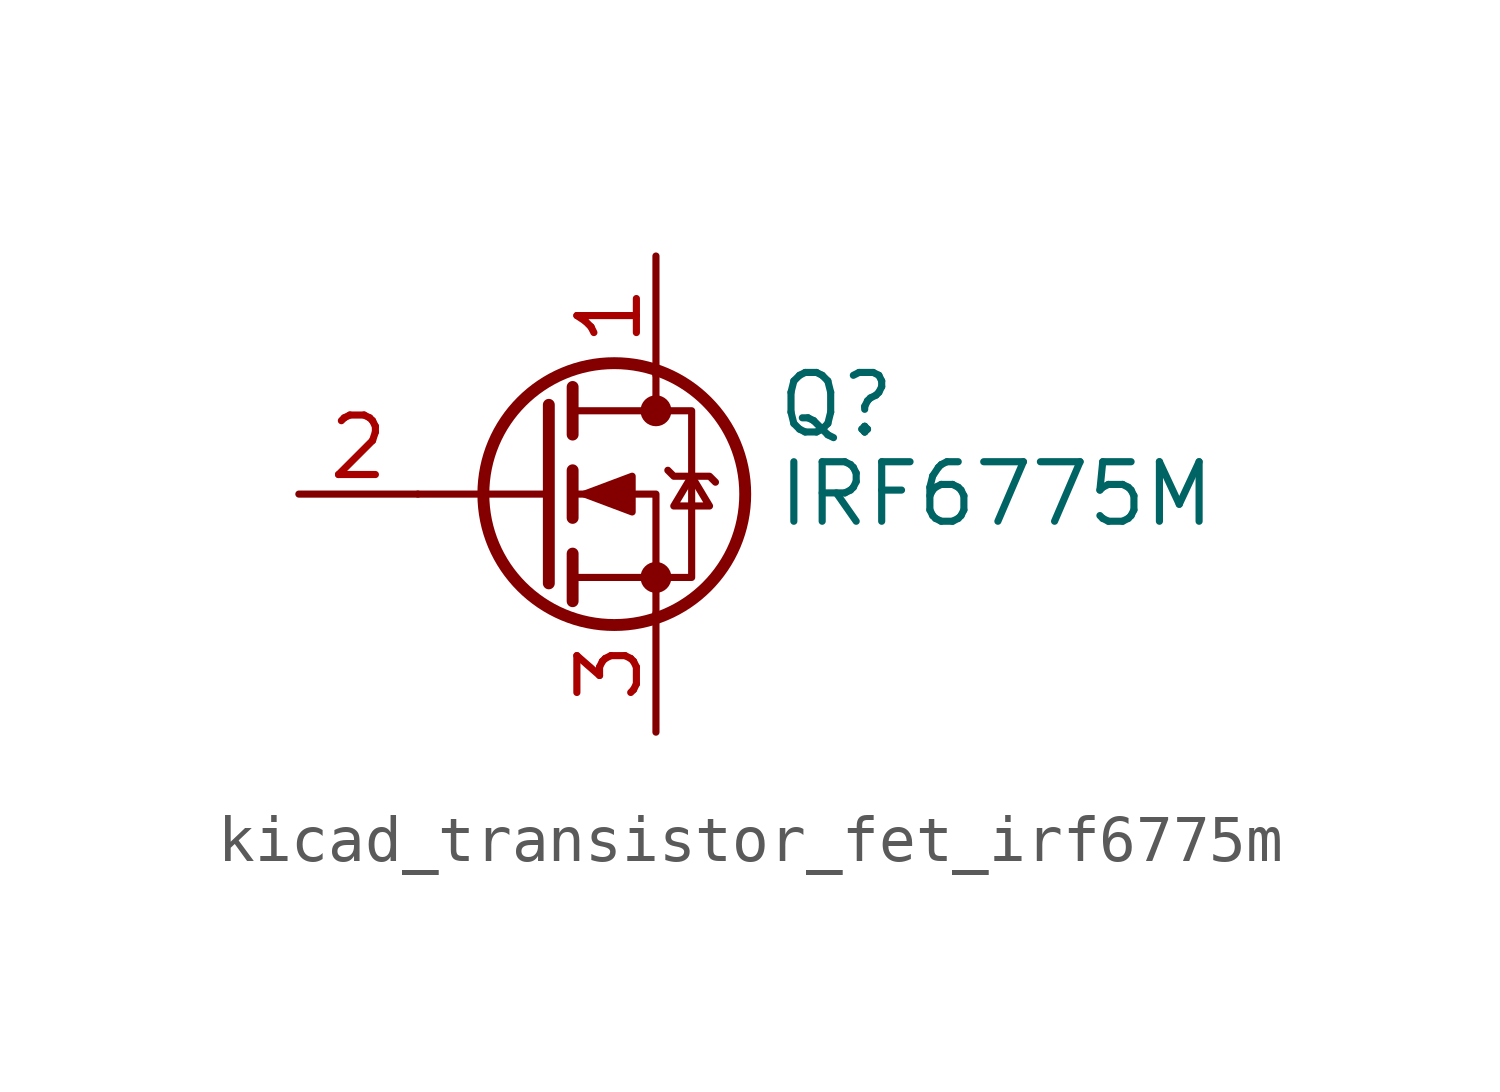
<source format=kicad_sym>
(kicad_symbol_lib
  (version 20220914)
  (generator kicad_symbol_editor)
  (symbol "kicad_transistor_fet_irf6775m"
    (pin_names hide)
    (property "Reference" "Q"
      (at 5.08 1.905 0)
      (effects (font (size 1.27 1.27)) (justify left)))
    (property "Value" "IRF6775M"
      (at 5.08 0 0)
      (effects (font (size 1.27 1.27)) (justify left)))
    (symbol "kicad_transistor_fet_irf6775m_0_1"
      (polyline (pts (xy 0.254 0) (xy -2.54 0)) (stroke (width 0) (type default)) (fill (type none)))
      (polyline (pts (xy 0.254 1.905) (xy 0.254 -1.905)) (stroke (width 0.254) (type default)) (fill (type none)))
      (polyline (pts (xy 0.762 -1.27) (xy 0.762 -2.286)) (stroke (width 0.254) (type default)) (fill (type none)))
      (polyline (pts (xy 0.762 0.508) (xy 0.762 -0.508)) (stroke (width 0.254) (type default)) (fill (type none)))
      (polyline (pts (xy 0.762 2.286) (xy 0.762 1.27)) (stroke (width 0.254) (type default)) (fill (type none)))
      (polyline (pts (xy 2.54 2.54) (xy 2.54 1.778)) (stroke (width 0) (type default)) (fill (type none)))
      (polyline (pts (xy 2.54 -2.54) (xy 2.54 0) (xy 0.762 0)) (stroke (width 0) (type default)) (fill (type none)))
      (polyline (pts (xy 0.762 -1.778) (xy 3.302 -1.778) (xy 3.302 1.778) (xy 0.762 1.778)) (stroke (width 0) (type default)) (fill (type none)))
      (polyline (pts (xy 1.016 0) (xy 2.032 0.381) (xy 2.032 -0.381) (xy 1.016 0)) (stroke (width 0) (type default)) (fill (type outline)))
      (polyline (pts (xy 2.794 0.508) (xy 2.921 0.381) (xy 3.683 0.381) (xy 3.81 0.254)) (stroke (width 0) (type default)) (fill (type none)))
      (polyline (pts (xy 3.302 0.381) (xy 2.921 -0.254) (xy 3.683 -0.254) (xy 3.302 0.381)) (stroke (width 0) (type default)) (fill (type none)))
      (circle (center 1.651 0) (radius 2.794) (stroke (width 0.254) (type default)) (fill (type none)))
      (circle (center 2.54 -1.778) (radius 0.254) (stroke (width 0) (type default)) (fill (type outline)))
      (circle (center 2.54 1.778) (radius 0.254) (stroke (width 0) (type default)) (fill (type outline))))
    (symbol "kicad_transistor_fet_irf6775m_1_1"
      (pin passive line (at 2.54 5.08 270) (length 2.54) (name "D" (effects (font (size 1.27 1.27)))) (number "1" (effects (font (size 1.27 1.27)))))
      (pin input line (at -5.08 0 0) (length 2.54) (name "G" (effects (font (size 1.27 1.27)))) (number "2" (effects (font (size 1.27 1.27)))))
      (pin passive line (at 2.54 -5.08 90) (length 2.54) (name "S" (effects (font (size 1.27 1.27)))) (number "3" (effects (font (size 1.27 1.27))))))))
</source>
